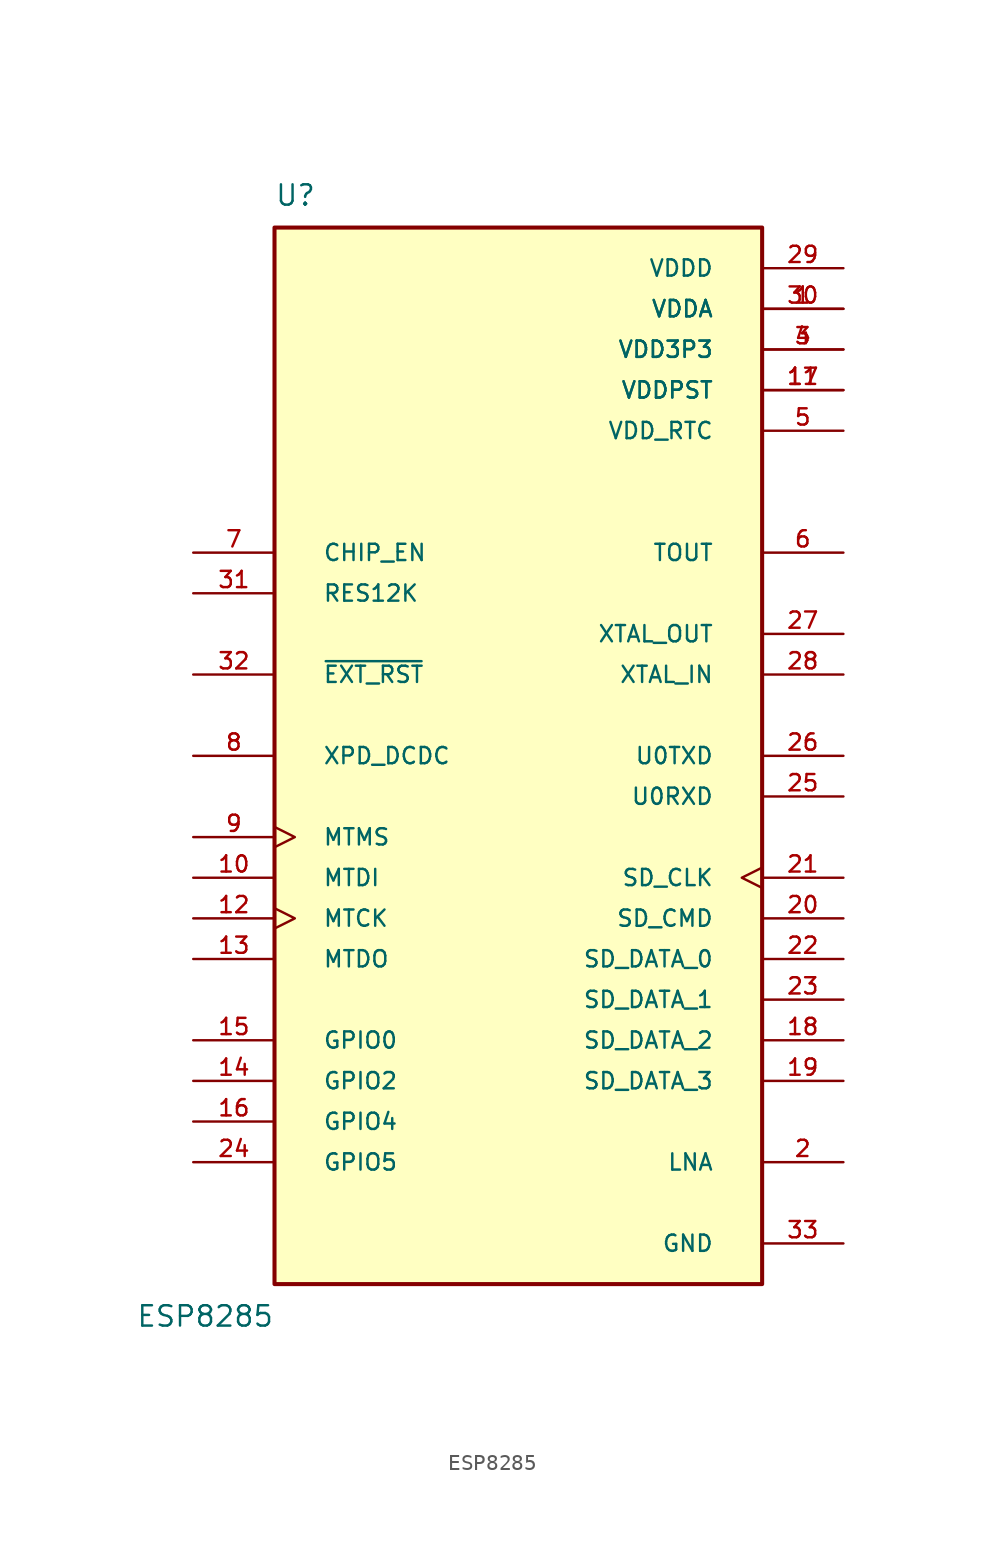
<source format=kicad_sym>
(kicad_symbol_lib
  (version 20211014)
  (generator kicad_symbol_editor)
  (symbol "ESP8285"
    (pin_names
      (offset 3))
    (property "Reference" "U"
      (at -15.24 34.29 0)
      (effects (font (size 1.27 1.27)) (justify left bottom)))
    (property "Value" "ESP8285"
      (at -15.24 -34.29 0)
      (effects (font (size 1.27 1.27)) (justify right top mirror)))
    (symbol "ESP8285_0_0"
      (rectangle (start -15.24 -33.02) (end 15.24 33.02) (stroke (width 0.254) (type default) (color 0 0 0 0)) (fill (type background)))
      (pin power_in line (at 20.32 27.94 180) (length 5.08) (name "VDDA" (effects (font (size 1.016 1.016)))) (number "1" (effects (font (size 1.016 1.016)))))
      (pin bidirectional line (at -20.32 -7.62 0) (length 5.08) (name "MTDI" (effects (font (size 1.016 1.016)))) (number "10" (effects (font (size 1.016 1.016)))))
      (pin power_in line (at 20.32 22.86 180) (length 5.08) (name "VDDPST" (effects (font (size 1.016 1.016)))) (number "11" (effects (font (size 1.016 1.016)))))
      (pin bidirectional clock (at -20.32 -10.16 0) (length 5.08) (name "MTCK" (effects (font (size 1.016 1.016)))) (number "12" (effects (font (size 1.016 1.016)))))
      (pin bidirectional line (at -20.32 -12.7 0) (length 5.08) (name "MTDO" (effects (font (size 1.016 1.016)))) (number "13" (effects (font (size 1.016 1.016)))))
      (pin bidirectional line (at -20.32 -20.32 0) (length 5.08) (name "GPIO2" (effects (font (size 1.016 1.016)))) (number "14" (effects (font (size 1.016 1.016)))))
      (pin bidirectional line (at -20.32 -17.78 0) (length 5.08) (name "GPIO0" (effects (font (size 1.016 1.016)))) (number "15" (effects (font (size 1.016 1.016)))))
      (pin bidirectional line (at -20.32 -22.86 0) (length 5.08) (name "GPIO4" (effects (font (size 1.016 1.016)))) (number "16" (effects (font (size 1.016 1.016)))))
      (pin power_in line (at 20.32 22.86 180) (length 5.08) (name "VDDPST" (effects (font (size 1.016 1.016)))) (number "17" (effects (font (size 1.016 1.016)))))
      (pin bidirectional line (at 20.32 -17.78 180) (length 5.08) (name "SD_DATA_2" (effects (font (size 1.016 1.016)))) (number "18" (effects (font (size 1.016 1.016)))))
      (pin bidirectional line (at 20.32 -20.32 180) (length 5.08) (name "SD_DATA_3" (effects (font (size 1.016 1.016)))) (number "19" (effects (font (size 1.016 1.016)))))
      (pin bidirectional line (at 20.32 -25.4 180) (length 5.08) (name "LNA" (effects (font (size 1.016 1.016)))) (number "2" (effects (font (size 1.016 1.016)))))
      (pin bidirectional line (at 20.32 -10.16 180) (length 5.08) (name "SD_CMD" (effects (font (size 1.016 1.016)))) (number "20" (effects (font (size 1.016 1.016)))))
      (pin bidirectional clock (at 20.32 -7.62 180) (length 5.08) (name "SD_CLK" (effects (font (size 1.016 1.016)))) (number "21" (effects (font (size 1.016 1.016)))))
      (pin bidirectional line (at 20.32 -12.7 180) (length 5.08) (name "SD_DATA_0" (effects (font (size 1.016 1.016)))) (number "22" (effects (font (size 1.016 1.016)))))
      (pin bidirectional line (at 20.32 -15.24 180) (length 5.08) (name "SD_DATA_1" (effects (font (size 1.016 1.016)))) (number "23" (effects (font (size 1.016 1.016)))))
      (pin bidirectional line (at -20.32 -25.4 0) (length 5.08) (name "GPIO5" (effects (font (size 1.016 1.016)))) (number "24" (effects (font (size 1.016 1.016)))))
      (pin bidirectional line (at 20.32 -2.54 180) (length 5.08) (name "U0RXD" (effects (font (size 1.016 1.016)))) (number "25" (effects (font (size 1.016 1.016)))))
      (pin bidirectional line (at 20.32 0 180) (length 5.08) (name "U0TXD" (effects (font (size 1.016 1.016)))) (number "26" (effects (font (size 1.016 1.016)))))
      (pin output line (at 20.32 7.62 180) (length 5.08) (name "XTAL_OUT" (effects (font (size 1.016 1.016)))) (number "27" (effects (font (size 1.016 1.016)))))
      (pin input line (at 20.32 5.08 180) (length 5.08) (name "XTAL_IN" (effects (font (size 1.016 1.016)))) (number "28" (effects (font (size 1.016 1.016)))))
      (pin power_in line (at 20.32 30.48 180) (length 5.08) (name "VDDD" (effects (font (size 1.016 1.016)))) (number "29" (effects (font (size 1.016 1.016)))))
      (pin power_in line (at 20.32 25.4 180) (length 5.08) (name "VDD3P3" (effects (font (size 1.016 1.016)))) (number "3" (effects (font (size 1.016 1.016)))))
      (pin power_in line (at 20.32 27.94 180) (length 5.08) (name "VDDA" (effects (font (size 1.016 1.016)))) (number "30" (effects (font (size 1.016 1.016)))))
      (pin input line (at -20.32 10.16 0) (length 5.08) (name "RES12K" (effects (font (size 1.016 1.016)))) (number "31" (effects (font (size 1.016 1.016)))))
      (pin input line (at -20.32 5.08 0) (length 5.08) (name "~{EXT_RST}" (effects (font (size 1.016 1.016)))) (number "32" (effects (font (size 1.016 1.016)))))
      (pin power_in line (at 20.32 -30.48 180) (length 5.08) (name "GND" (effects (font (size 1.016 1.016)))) (number "33" (effects (font (size 1.016 1.016)))))
      (pin power_in line (at 20.32 25.4 180) (length 5.08) (name "VDD3P3" (effects (font (size 1.016 1.016)))) (number "4" (effects (font (size 1.016 1.016)))))
      (pin power_in line (at 20.32 20.32 180) (length 5.08) (name "VDD_RTC" (effects (font (size 1.016 1.016)))) (number "5" (effects (font (size 1.016 1.016)))))
      (pin output line (at 20.32 12.7 180) (length 5.08) (name "TOUT" (effects (font (size 1.016 1.016)))) (number "6" (effects (font (size 1.016 1.016)))))
      (pin input line (at -20.32 12.7 0) (length 5.08) (name "CHIP_EN" (effects (font (size 1.016 1.016)))) (number "7" (effects (font (size 1.016 1.016)))))
      (pin bidirectional line (at -20.32 0 0) (length 5.08) (name "XPD_DCDC" (effects (font (size 1.016 1.016)))) (number "8" (effects (font (size 1.016 1.016)))))
      (pin bidirectional clock (at -20.32 -5.08 0) (length 5.08) (name "MTMS" (effects (font (size 1.016 1.016)))) (number "9" (effects (font (size 1.016 1.016))))))))
</source>
